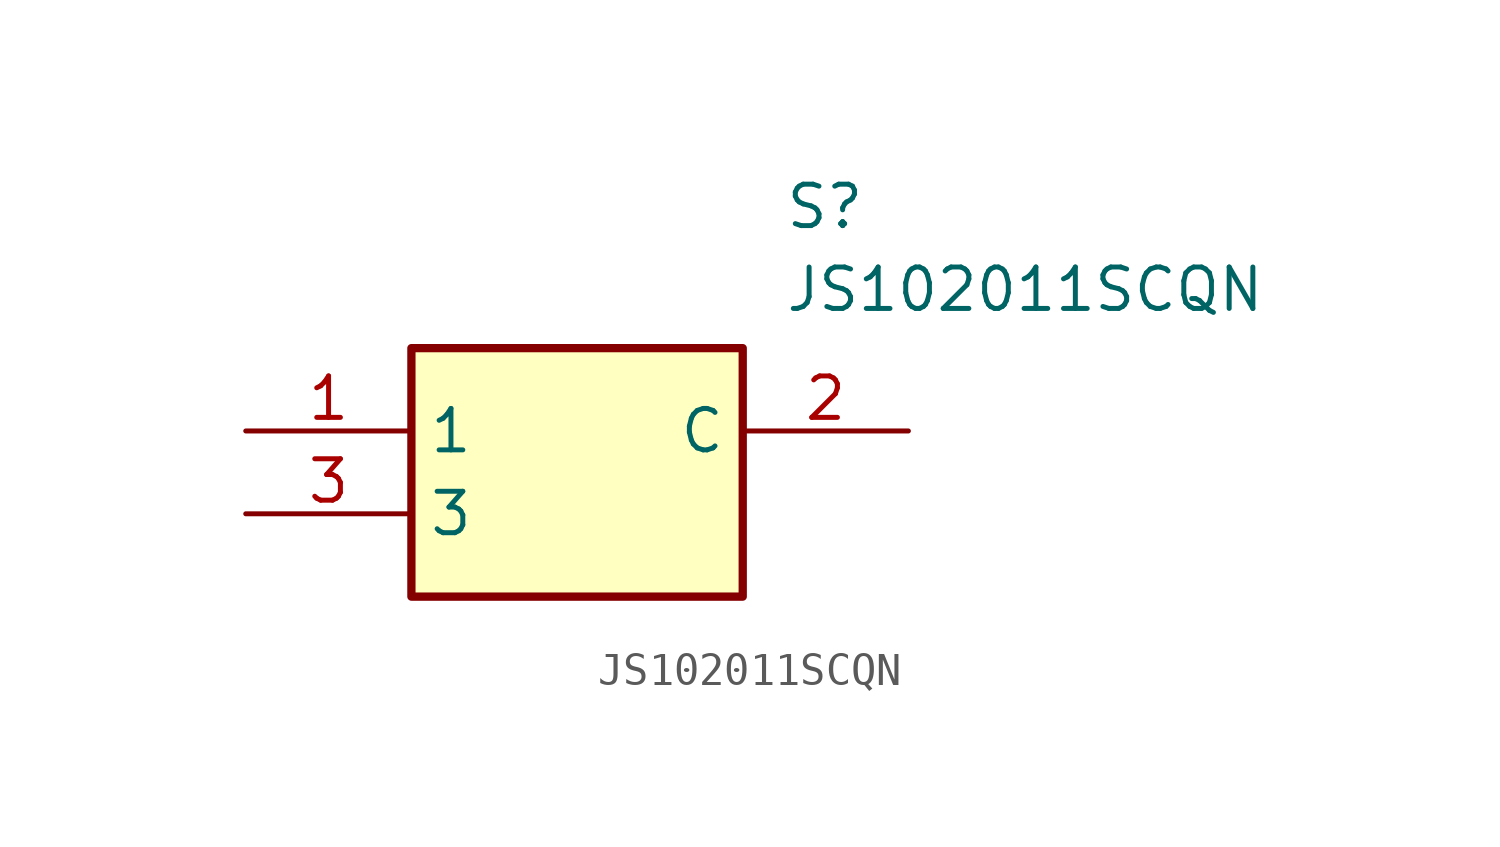
<source format=kicad_sym>
(kicad_symbol_lib
  (version 20211014)
  (generator SamacSys_ECAD_Model)
  (symbol "JS102011SCQN"
    (property "Reference" "S"
      (at 16.51 7.62 0)
      (effects (font (size 1.27 1.27)) (justify left top)))
    (property "Value" "JS102011SCQN"
      (at 16.51 5.08 0)
      (effects (font (size 1.27 1.27)) (justify left top)))
    (rectangle
      (start 5.08 2.54)
      (end 15.24 -5.08)
      (stroke (width 0.254) (type default))
      (fill (type background)))
    (pin passive line
      (at 0 0 0)
      (length 5.08)
      (name "1" (effects (font (size 1.27 1.27))))
      (number "1" (effects (font (size 1.27 1.27)))))
    (pin passive line
      (at 20.32 0 180)
      (length 5.08)
      (name "C" (effects (font (size 1.27 1.27))))
      (number "2" (effects (font (size 1.27 1.27)))))
    (pin passive line
      (at 0 -2.54 0)
      (length 5.08)
      (name "3" (effects (font (size 1.27 1.27))))
      (number "3" (effects (font (size 1.27 1.27)))))))
</source>
